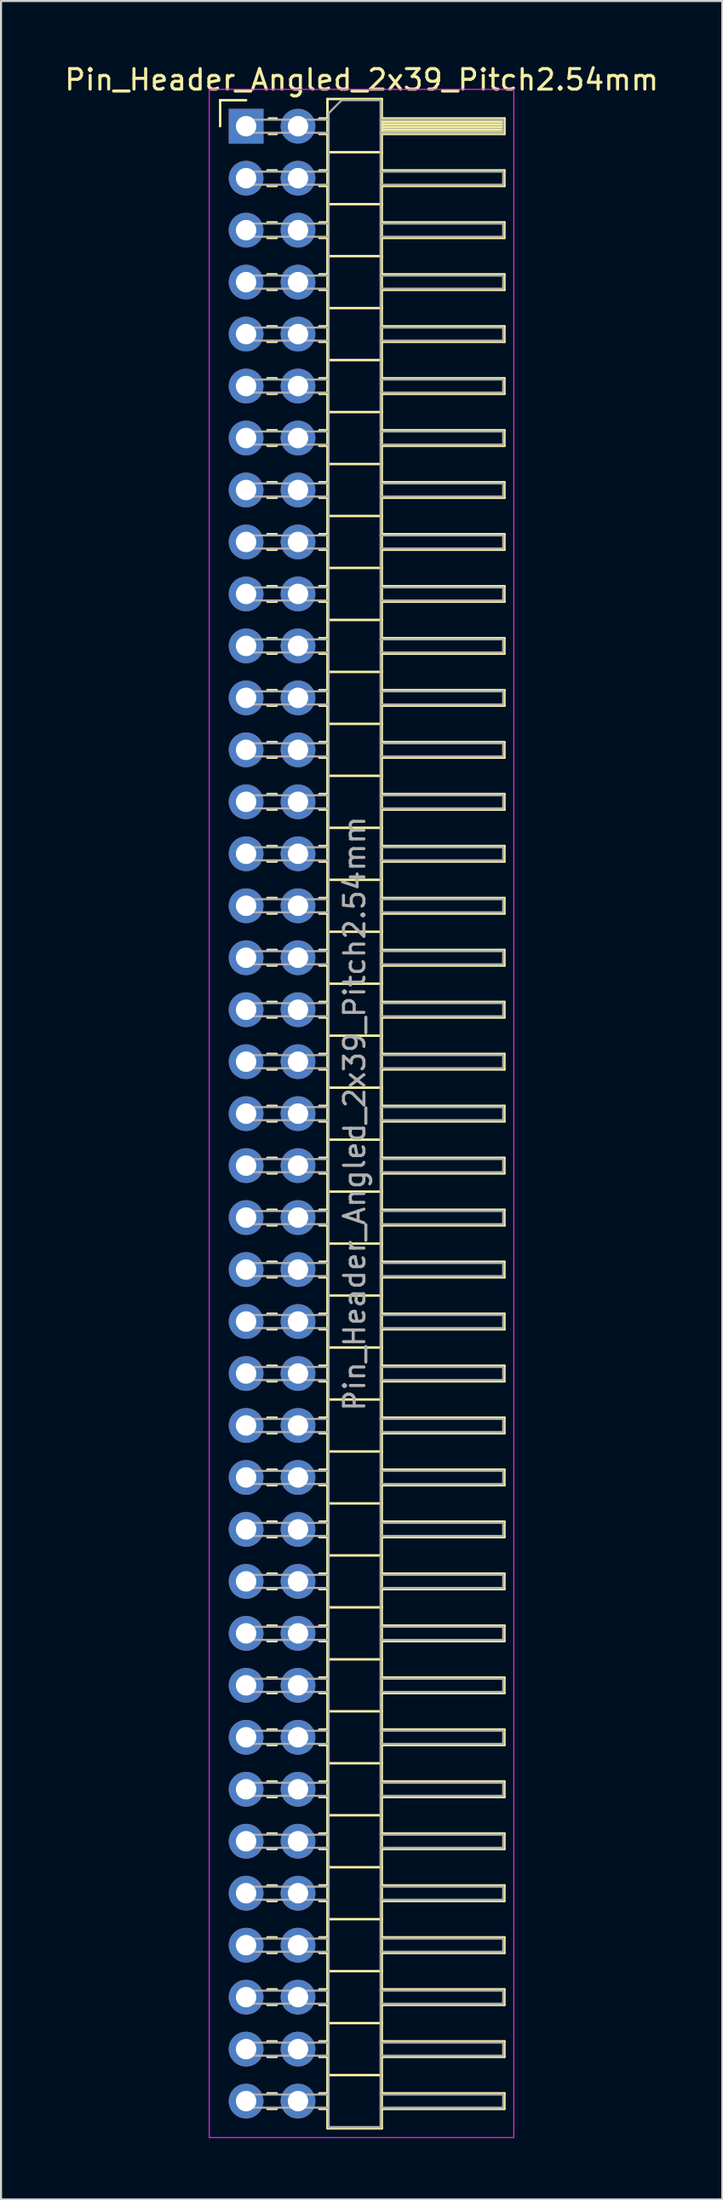
<source format=kicad_pcb>
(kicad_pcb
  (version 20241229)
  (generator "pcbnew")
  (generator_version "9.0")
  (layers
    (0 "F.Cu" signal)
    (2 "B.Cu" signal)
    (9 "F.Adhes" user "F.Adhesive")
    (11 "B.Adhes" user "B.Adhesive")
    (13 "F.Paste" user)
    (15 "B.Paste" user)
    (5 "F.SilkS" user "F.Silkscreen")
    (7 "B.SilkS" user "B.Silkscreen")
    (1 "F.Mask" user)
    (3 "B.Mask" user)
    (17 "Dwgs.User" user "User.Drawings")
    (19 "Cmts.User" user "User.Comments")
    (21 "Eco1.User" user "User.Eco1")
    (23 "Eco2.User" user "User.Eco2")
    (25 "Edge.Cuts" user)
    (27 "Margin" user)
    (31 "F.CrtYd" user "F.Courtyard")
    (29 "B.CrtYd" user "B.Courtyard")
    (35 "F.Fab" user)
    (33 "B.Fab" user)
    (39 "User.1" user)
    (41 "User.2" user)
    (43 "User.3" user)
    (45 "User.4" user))
  (footprint "Pin_Header_Angled_2x39_Pitch2.54mm"
    (layer "F.Cu")
    (at 8.994 3.118)
    (property "Reference" "Pin_Header_Angled_2x39_Pitch2.54mm" (at 5.655 -2.27 0) (layer "F.SilkS") (effects (font (size 1 1) (thickness 0.15))))
    (attr through_hole)
    (fp_line (start -1.27 -1.27) (end 0 -1.27) (stroke (width 0.12) (type solid)) (layer "F.SilkS"))
    (fp_line (start -1.27 0) (end -1.27 -1.27) (stroke (width 0.12) (type solid)) (layer "F.SilkS"))
    (fp_line (start 1.043 2.16) (end 1.497 2.16) (stroke (width 0.12) (type solid)) (layer "F.SilkS"))
    (fp_line (start 1.043 2.92) (end 1.497 2.92) (stroke (width 0.12) (type solid)) (layer "F.SilkS"))
    (fp_line (start 1.043 4.7) (end 1.497 4.7) (stroke (width 0.12) (type solid)) (layer "F.SilkS"))
    (fp_line (start 1.043 5.46) (end 1.497 5.46) (stroke (width 0.12) (type solid)) (layer "F.SilkS"))
    (fp_line (start 1.043 7.24) (end 1.497 7.24) (stroke (width 0.12) (type solid)) (layer "F.SilkS"))
    (fp_line (start 1.043 8) (end 1.497 8) (stroke (width 0.12) (type solid)) (layer "F.SilkS"))
    (fp_line (start 1.043 9.78) (end 1.497 9.78) (stroke (width 0.12) (type solid)) (layer "F.SilkS"))
    (fp_line (start 1.043 10.54) (end 1.497 10.54) (stroke (width 0.12) (type solid)) (layer "F.SilkS"))
    (fp_line (start 1.043 12.32) (end 1.497 12.32) (stroke (width 0.12) (type solid)) (layer "F.SilkS"))
    (fp_line (start 1.043 13.08) (end 1.497 13.08) (stroke (width 0.12) (type solid)) (layer "F.SilkS"))
    (fp_line (start 1.043 14.86) (end 1.497 14.86) (stroke (width 0.12) (type solid)) (layer "F.SilkS"))
    (fp_line (start 1.043 15.62) (end 1.497 15.62) (stroke (width 0.12) (type solid)) (layer "F.SilkS"))
    (fp_line (start 1.043 17.4) (end 1.497 17.4) (stroke (width 0.12) (type solid)) (layer "F.SilkS"))
    (fp_line (start 1.043 18.16) (end 1.497 18.16) (stroke (width 0.12) (type solid)) (layer "F.SilkS"))
    (fp_line (start 1.043 19.94) (end 1.497 19.94) (stroke (width 0.12) (type solid)) (layer "F.SilkS"))
    (fp_line (start 1.043 20.7) (end 1.497 20.7) (stroke (width 0.12) (type solid)) (layer "F.SilkS"))
    (fp_line (start 1.043 22.48) (end 1.497 22.48) (stroke (width 0.12) (type solid)) (layer "F.SilkS"))
    (fp_line (start 1.043 23.24) (end 1.497 23.24) (stroke (width 0.12) (type solid)) (layer "F.SilkS"))
    (fp_line (start 1.043 25.02) (end 1.497 25.02) (stroke (width 0.12) (type solid)) (layer "F.SilkS"))
    (fp_line (start 1.043 25.78) (end 1.497 25.78) (stroke (width 0.12) (type solid)) (layer "F.SilkS"))
    (fp_line (start 1.043 27.56) (end 1.497 27.56) (stroke (width 0.12) (type solid)) (layer "F.SilkS"))
    (fp_line (start 1.043 28.32) (end 1.497 28.32) (stroke (width 0.12) (type solid)) (layer "F.SilkS"))
    (fp_line (start 1.043 30.1) (end 1.497 30.1) (stroke (width 0.12) (type solid)) (layer "F.SilkS"))
    (fp_line (start 1.043 30.86) (end 1.497 30.86) (stroke (width 0.12) (type solid)) (layer "F.SilkS"))
    (fp_line (start 1.043 32.64) (end 1.497 32.64) (stroke (width 0.12) (type solid)) (layer "F.SilkS"))
    (fp_line (start 1.043 33.4) (end 1.497 33.4) (stroke (width 0.12) (type solid)) (layer "F.SilkS"))
    (fp_line (start 1.043 35.18) (end 1.497 35.18) (stroke (width 0.12) (type solid)) (layer "F.SilkS"))
    (fp_line (start 1.043 35.94) (end 1.497 35.94) (stroke (width 0.12) (type solid)) (layer "F.SilkS"))
    (fp_line (start 1.043 37.72) (end 1.497 37.72) (stroke (width 0.12) (type solid)) (layer "F.SilkS"))
    (fp_line (start 1.043 38.48) (end 1.497 38.48) (stroke (width 0.12) (type solid)) (layer "F.SilkS"))
    (fp_line (start 1.043 40.26) (end 1.497 40.26) (stroke (width 0.12) (type solid)) (layer "F.SilkS"))
    (fp_line (start 1.043 41.02) (end 1.497 41.02) (stroke (width 0.12) (type solid)) (layer "F.SilkS"))
    (fp_line (start 1.043 42.8) (end 1.497 42.8) (stroke (width 0.12) (type solid)) (layer "F.SilkS"))
    (fp_line (start 1.043 43.56) (end 1.497 43.56) (stroke (width 0.12) (type solid)) (layer "F.SilkS"))
    (fp_line (start 1.043 45.34) (end 1.497 45.34) (stroke (width 0.12) (type solid)) (layer "F.SilkS"))
    (fp_line (start 1.043 46.1) (end 1.497 46.1) (stroke (width 0.12) (type solid)) (layer "F.SilkS"))
    (fp_line (start 1.043 47.88) (end 1.497 47.88) (stroke (width 0.12) (type solid)) (layer "F.SilkS"))
    (fp_line (start 1.043 48.64) (end 1.497 48.64) (stroke (width 0.12) (type solid)) (layer "F.SilkS"))
    (fp_line (start 1.043 50.42) (end 1.497 50.42) (stroke (width 0.12) (type solid)) (layer "F.SilkS"))
    (fp_line (start 1.043 51.18) (end 1.497 51.18) (stroke (width 0.12) (type solid)) (layer "F.SilkS"))
    (fp_line (start 1.043 52.96) (end 1.497 52.96) (stroke (width 0.12) (type solid)) (layer "F.SilkS"))
    (fp_line (start 1.043 53.72) (end 1.497 53.72) (stroke (width 0.12) (type solid)) (layer "F.SilkS"))
    (fp_line (start 1.043 55.5) (end 1.497 55.5) (stroke (width 0.12) (type solid)) (layer "F.SilkS"))
    (fp_line (start 1.043 56.26) (end 1.497 56.26) (stroke (width 0.12) (type solid)) (layer "F.SilkS"))
    (fp_line (start 1.043 58.04) (end 1.497 58.04) (stroke (width 0.12) (type solid)) (layer "F.SilkS"))
    (fp_line (start 1.043 58.8) (end 1.497 58.8) (stroke (width 0.12) (type solid)) (layer "F.SilkS"))
    (fp_line (start 1.043 60.58) (end 1.497 60.58) (stroke (width 0.12) (type solid)) (layer "F.SilkS"))
    (fp_line (start 1.043 61.34) (end 1.497 61.34) (stroke (width 0.12) (type solid)) (layer "F.SilkS"))
    (fp_line (start 1.043 63.12) (end 1.497 63.12) (stroke (width 0.12) (type solid)) (layer "F.SilkS"))
    (fp_line (start 1.043 63.88) (end 1.497 63.88) (stroke (width 0.12) (type solid)) (layer "F.SilkS"))
    (fp_line (start 1.043 65.66) (end 1.497 65.66) (stroke (width 0.12) (type solid)) (layer "F.SilkS"))
    (fp_line (start 1.043 66.42) (end 1.497 66.42) (stroke (width 0.12) (type solid)) (layer "F.SilkS"))
    (fp_line (start 1.043 68.2) (end 1.497 68.2) (stroke (width 0.12) (type solid)) (layer "F.SilkS"))
    (fp_line (start 1.043 68.96) (end 1.497 68.96) (stroke (width 0.12) (type solid)) (layer "F.SilkS"))
    (fp_line (start 1.043 70.74) (end 1.497 70.74) (stroke (width 0.12) (type solid)) (layer "F.SilkS"))
    (fp_line (start 1.043 71.5) (end 1.497 71.5) (stroke (width 0.12) (type solid)) (layer "F.SilkS"))
    (fp_line (start 1.043 73.28) (end 1.497 73.28) (stroke (width 0.12) (type solid)) (layer "F.SilkS"))
    (fp_line (start 1.043 74.04) (end 1.497 74.04) (stroke (width 0.12) (type solid)) (layer "F.SilkS"))
    (fp_line (start 1.043 75.82) (end 1.497 75.82) (stroke (width 0.12) (type solid)) (layer "F.SilkS"))
    (fp_line (start 1.043 76.58) (end 1.497 76.58) (stroke (width 0.12) (type solid)) (layer "F.SilkS"))
    (fp_line (start 1.043 78.36) (end 1.497 78.36) (stroke (width 0.12) (type solid)) (layer "F.SilkS"))
    (fp_line (start 1.043 79.12) (end 1.497 79.12) (stroke (width 0.12) (type solid)) (layer "F.SilkS"))
    (fp_line (start 1.043 80.9) (end 1.497 80.9) (stroke (width 0.12) (type solid)) (layer "F.SilkS"))
    (fp_line (start 1.043 81.66) (end 1.497 81.66) (stroke (width 0.12) (type solid)) (layer "F.SilkS"))
    (fp_line (start 1.043 83.44) (end 1.497 83.44) (stroke (width 0.12) (type solid)) (layer "F.SilkS"))
    (fp_line (start 1.043 84.2) (end 1.497 84.2) (stroke (width 0.12) (type solid)) (layer "F.SilkS"))
    (fp_line (start 1.043 85.98) (end 1.497 85.98) (stroke (width 0.12) (type solid)) (layer "F.SilkS"))
    (fp_line (start 1.043 86.74) (end 1.497 86.74) (stroke (width 0.12) (type solid)) (layer "F.SilkS"))
    (fp_line (start 1.043 88.52) (end 1.497 88.52) (stroke (width 0.12) (type solid)) (layer "F.SilkS"))
    (fp_line (start 1.043 89.28) (end 1.497 89.28) (stroke (width 0.12) (type solid)) (layer "F.SilkS"))
    (fp_line (start 1.043 91.06) (end 1.497 91.06) (stroke (width 0.12) (type solid)) (layer "F.SilkS"))
    (fp_line (start 1.043 91.82) (end 1.497 91.82) (stroke (width 0.12) (type solid)) (layer "F.SilkS"))
    (fp_line (start 1.043 93.6) (end 1.497 93.6) (stroke (width 0.12) (type solid)) (layer "F.SilkS"))
    (fp_line (start 1.043 94.36) (end 1.497 94.36) (stroke (width 0.12) (type solid)) (layer "F.SilkS"))
    (fp_line (start 1.043 96.14) (end 1.497 96.14) (stroke (width 0.12) (type solid)) (layer "F.SilkS"))
    (fp_line (start 1.043 96.9) (end 1.497 96.9) (stroke (width 0.12) (type solid)) (layer "F.SilkS"))
    (fp_line (start 1.11 -0.38) (end 1.497 -0.38) (stroke (width 0.12) (type solid)) (layer "F.SilkS"))
    (fp_line (start 1.11 0.38) (end 1.497 0.38) (stroke (width 0.12) (type solid)) (layer "F.SilkS"))
    (fp_line (start 3.583 -0.38) (end 3.98 -0.38) (stroke (width 0.12) (type solid)) (layer "F.SilkS"))
    (fp_line (start 3.583 0.38) (end 3.98 0.38) (stroke (width 0.12) (type solid)) (layer "F.SilkS"))
    (fp_line (start 3.583 2.16) (end 3.98 2.16) (stroke (width 0.12) (type solid)) (layer "F.SilkS"))
    (fp_line (start 3.583 2.92) (end 3.98 2.92) (stroke (width 0.12) (type solid)) (layer "F.SilkS"))
    (fp_line (start 3.583 4.7) (end 3.98 4.7) (stroke (width 0.12) (type solid)) (layer "F.SilkS"))
    (fp_line (start 3.583 5.46) (end 3.98 5.46) (stroke (width 0.12) (type solid)) (layer "F.SilkS"))
    (fp_line (start 3.583 7.24) (end 3.98 7.24) (stroke (width 0.12) (type solid)) (layer "F.SilkS"))
    (fp_line (start 3.583 8) (end 3.98 8) (stroke (width 0.12) (type solid)) (layer "F.SilkS"))
    (fp_line (start 3.583 9.78) (end 3.98 9.78) (stroke (width 0.12) (type solid)) (layer "F.SilkS"))
    (fp_line (start 3.583 10.54) (end 3.98 10.54) (stroke (width 0.12) (type solid)) (layer "F.SilkS"))
    (fp_line (start 3.583 12.32) (end 3.98 12.32) (stroke (width 0.12) (type solid)) (layer "F.SilkS"))
    (fp_line (start 3.583 13.08) (end 3.98 13.08) (stroke (width 0.12) (type solid)) (layer "F.SilkS"))
    (fp_line (start 3.583 14.86) (end 3.98 14.86) (stroke (width 0.12) (type solid)) (layer "F.SilkS"))
    (fp_line (start 3.583 15.62) (end 3.98 15.62) (stroke (width 0.12) (type solid)) (layer "F.SilkS"))
    (fp_line (start 3.583 17.4) (end 3.98 17.4) (stroke (width 0.12) (type solid)) (layer "F.SilkS"))
    (fp_line (start 3.583 18.16) (end 3.98 18.16) (stroke (width 0.12) (type solid)) (layer "F.SilkS"))
    (fp_line (start 3.583 19.94) (end 3.98 19.94) (stroke (width 0.12) (type solid)) (layer "F.SilkS"))
    (fp_line (start 3.583 20.7) (end 3.98 20.7) (stroke (width 0.12) (type solid)) (layer "F.SilkS"))
    (fp_line (start 3.583 22.48) (end 3.98 22.48) (stroke (width 0.12) (type solid)) (layer "F.SilkS"))
    (fp_line (start 3.583 23.24) (end 3.98 23.24) (stroke (width 0.12) (type solid)) (layer "F.SilkS"))
    (fp_line (start 3.583 25.02) (end 3.98 25.02) (stroke (width 0.12) (type solid)) (layer "F.SilkS"))
    (fp_line (start 3.583 25.78) (end 3.98 25.78) (stroke (width 0.12) (type solid)) (layer "F.SilkS"))
    (fp_line (start 3.583 27.56) (end 3.98 27.56) (stroke (width 0.12) (type solid)) (layer "F.SilkS"))
    (fp_line (start 3.583 28.32) (end 3.98 28.32) (stroke (width 0.12) (type solid)) (layer "F.SilkS"))
    (fp_line (start 3.583 30.1) (end 3.98 30.1) (stroke (width 0.12) (type solid)) (layer "F.SilkS"))
    (fp_line (start 3.583 30.86) (end 3.98 30.86) (stroke (width 0.12) (type solid)) (layer "F.SilkS"))
    (fp_line (start 3.583 32.64) (end 3.98 32.64) (stroke (width 0.12) (type solid)) (layer "F.SilkS"))
    (fp_line (start 3.583 33.4) (end 3.98 33.4) (stroke (width 0.12) (type solid)) (layer "F.SilkS"))
    (fp_line (start 3.583 35.18) (end 3.98 35.18) (stroke (width 0.12) (type solid)) (layer "F.SilkS"))
    (fp_line (start 3.583 35.94) (end 3.98 35.94) (stroke (width 0.12) (type solid)) (layer "F.SilkS"))
    (fp_line (start 3.583 37.72) (end 3.98 37.72) (stroke (width 0.12) (type solid)) (layer "F.SilkS"))
    (fp_line (start 3.583 38.48) (end 3.98 38.48) (stroke (width 0.12) (type solid)) (layer "F.SilkS"))
    (fp_line (start 3.583 40.26) (end 3.98 40.26) (stroke (width 0.12) (type solid)) (layer "F.SilkS"))
    (fp_line (start 3.583 41.02) (end 3.98 41.02) (stroke (width 0.12) (type solid)) (layer "F.SilkS"))
    (fp_line (start 3.583 42.8) (end 3.98 42.8) (stroke (width 0.12) (type solid)) (layer "F.SilkS"))
    (fp_line (start 3.583 43.56) (end 3.98 43.56) (stroke (width 0.12) (type solid)) (layer "F.SilkS"))
    (fp_line (start 3.583 45.34) (end 3.98 45.34) (stroke (width 0.12) (type solid)) (layer "F.SilkS"))
    (fp_line (start 3.583 46.1) (end 3.98 46.1) (stroke (width 0.12) (type solid)) (layer "F.SilkS"))
    (fp_line (start 3.583 47.88) (end 3.98 47.88) (stroke (width 0.12) (type solid)) (layer "F.SilkS"))
    (fp_line (start 3.583 48.64) (end 3.98 48.64) (stroke (width 0.12) (type solid)) (layer "F.SilkS"))
    (fp_line (start 3.583 50.42) (end 3.98 50.42) (stroke (width 0.12) (type solid)) (layer "F.SilkS"))
    (fp_line (start 3.583 51.18) (end 3.98 51.18) (stroke (width 0.12) (type solid)) (layer "F.SilkS"))
    (fp_line (start 3.583 52.96) (end 3.98 52.96) (stroke (width 0.12) (type solid)) (layer "F.SilkS"))
    (fp_line (start 3.583 53.72) (end 3.98 53.72) (stroke (width 0.12) (type solid)) (layer "F.SilkS"))
    (fp_line (start 3.583 55.5) (end 3.98 55.5) (stroke (width 0.12) (type solid)) (layer "F.SilkS"))
    (fp_line (start 3.583 56.26) (end 3.98 56.26) (stroke (width 0.12) (type solid)) (layer "F.SilkS"))
    (fp_line (start 3.583 58.04) (end 3.98 58.04) (stroke (width 0.12) (type solid)) (layer "F.SilkS"))
    (fp_line (start 3.583 58.8) (end 3.98 58.8) (stroke (width 0.12) (type solid)) (layer "F.SilkS"))
    (fp_line (start 3.583 60.58) (end 3.98 60.58) (stroke (width 0.12) (type solid)) (layer "F.SilkS"))
    (fp_line (start 3.583 61.34) (end 3.98 61.34) (stroke (width 0.12) (type solid)) (layer "F.SilkS"))
    (fp_line (start 3.583 63.12) (end 3.98 63.12) (stroke (width 0.12) (type solid)) (layer "F.SilkS"))
    (fp_line (start 3.583 63.88) (end 3.98 63.88) (stroke (width 0.12) (type solid)) (layer "F.SilkS"))
    (fp_line (start 3.583 65.66) (end 3.98 65.66) (stroke (width 0.12) (type solid)) (layer "F.SilkS"))
    (fp_line (start 3.583 66.42) (end 3.98 66.42) (stroke (width 0.12) (type solid)) (layer "F.SilkS"))
    (fp_line (start 3.583 68.2) (end 3.98 68.2) (stroke (width 0.12) (type solid)) (layer "F.SilkS"))
    (fp_line (start 3.583 68.96) (end 3.98 68.96) (stroke (width 0.12) (type solid)) (layer "F.SilkS"))
    (fp_line (start 3.583 70.74) (end 3.98 70.74) (stroke (width 0.12) (type solid)) (layer "F.SilkS"))
    (fp_line (start 3.583 71.5) (end 3.98 71.5) (stroke (width 0.12) (type solid)) (layer "F.SilkS"))
    (fp_line (start 3.583 73.28) (end 3.98 73.28) (stroke (width 0.12) (type solid)) (layer "F.SilkS"))
    (fp_line (start 3.583 74.04) (end 3.98 74.04) (stroke (width 0.12) (type solid)) (layer "F.SilkS"))
    (fp_line (start 3.583 75.82) (end 3.98 75.82) (stroke (width 0.12) (type solid)) (layer "F.SilkS"))
    (fp_line (start 3.583 76.58) (end 3.98 76.58) (stroke (width 0.12) (type solid)) (layer "F.SilkS"))
    (fp_line (start 3.583 78.36) (end 3.98 78.36) (stroke (width 0.12) (type solid)) (layer "F.SilkS"))
    (fp_line (start 3.583 79.12) (end 3.98 79.12) (stroke (width 0.12) (type solid)) (layer "F.SilkS"))
    (fp_line (start 3.583 80.9) (end 3.98 80.9) (stroke (width 0.12) (type solid)) (layer "F.SilkS"))
    (fp_line (start 3.583 81.66) (end 3.98 81.66) (stroke (width 0.12) (type solid)) (layer "F.SilkS"))
    (fp_line (start 3.583 83.44) (end 3.98 83.44) (stroke (width 0.12) (type solid)) (layer "F.SilkS"))
    (fp_line (start 3.583 84.2) (end 3.98 84.2) (stroke (width 0.12) (type solid)) (layer "F.SilkS"))
    (fp_line (start 3.583 85.98) (end 3.98 85.98) (stroke (width 0.12) (type solid)) (layer "F.SilkS"))
    (fp_line (start 3.583 86.74) (end 3.98 86.74) (stroke (width 0.12) (type solid)) (layer "F.SilkS"))
    (fp_line (start 3.583 88.52) (end 3.98 88.52) (stroke (width 0.12) (type solid)) (layer "F.SilkS"))
    (fp_line (start 3.583 89.28) (end 3.98 89.28) (stroke (width 0.12) (type solid)) (layer "F.SilkS"))
    (fp_line (start 3.583 91.06) (end 3.98 91.06) (stroke (width 0.12) (type solid)) (layer "F.SilkS"))
    (fp_line (start 3.583 91.82) (end 3.98 91.82) (stroke (width 0.12) (type solid)) (layer "F.SilkS"))
    (fp_line (start 3.583 93.6) (end 3.98 93.6) (stroke (width 0.12) (type solid)) (layer "F.SilkS"))
    (fp_line (start 3.583 94.36) (end 3.98 94.36) (stroke (width 0.12) (type solid)) (layer "F.SilkS"))
    (fp_line (start 3.583 96.14) (end 3.98 96.14) (stroke (width 0.12) (type solid)) (layer "F.SilkS"))
    (fp_line (start 3.583 96.9) (end 3.98 96.9) (stroke (width 0.12) (type solid)) (layer "F.SilkS"))
    (fp_line (start 3.98 -1.33) (end 3.98 97.85) (stroke (width 0.12) (type solid)) (layer "F.SilkS"))
    (fp_line (start 3.98 1.27) (end 6.64 1.27) (stroke (width 0.12) (type solid)) (layer "F.SilkS"))
    (fp_line (start 3.98 3.81) (end 6.64 3.81) (stroke (width 0.12) (type solid)) (layer "F.SilkS"))
    (fp_line (start 3.98 6.35) (end 6.64 6.35) (stroke (width 0.12) (type solid)) (layer "F.SilkS"))
    (fp_line (start 3.98 8.89) (end 6.64 8.89) (stroke (width 0.12) (type solid)) (layer "F.SilkS"))
    (fp_line (start 3.98 11.43) (end 6.64 11.43) (stroke (width 0.12) (type solid)) (layer "F.SilkS"))
    (fp_line (start 3.98 13.97) (end 6.64 13.97) (stroke (width 0.12) (type solid)) (layer "F.SilkS"))
    (fp_line (start 3.98 16.51) (end 6.64 16.51) (stroke (width 0.12) (type solid)) (layer "F.SilkS"))
    (fp_line (start 3.98 19.05) (end 6.64 19.05) (stroke (width 0.12) (type solid)) (layer "F.SilkS"))
    (fp_line (start 3.98 21.59) (end 6.64 21.59) (stroke (width 0.12) (type solid)) (layer "F.SilkS"))
    (fp_line (start 3.98 24.13) (end 6.64 24.13) (stroke (width 0.12) (type solid)) (layer "F.SilkS"))
    (fp_line (start 3.98 26.67) (end 6.64 26.67) (stroke (width 0.12) (type solid)) (layer "F.SilkS"))
    (fp_line (start 3.98 29.21) (end 6.64 29.21) (stroke (width 0.12) (type solid)) (layer "F.SilkS"))
    (fp_line (start 3.98 31.75) (end 6.64 31.75) (stroke (width 0.12) (type solid)) (layer "F.SilkS"))
    (fp_line (start 3.98 34.29) (end 6.64 34.29) (stroke (width 0.12) (type solid)) (layer "F.SilkS"))
    (fp_line (start 3.98 36.83) (end 6.64 36.83) (stroke (width 0.12) (type solid)) (layer "F.SilkS"))
    (fp_line (start 3.98 39.37) (end 6.64 39.37) (stroke (width 0.12) (type solid)) (layer "F.SilkS"))
    (fp_line (start 3.98 41.91) (end 6.64 41.91) (stroke (width 0.12) (type solid)) (layer "F.SilkS"))
    (fp_line (start 3.98 44.45) (end 6.64 44.45) (stroke (width 0.12) (type solid)) (layer "F.SilkS"))
    (fp_line (start 3.98 46.99) (end 6.64 46.99) (stroke (width 0.12) (type solid)) (layer "F.SilkS"))
    (fp_line (start 3.98 49.53) (end 6.64 49.53) (stroke (width 0.12) (type solid)) (layer "F.SilkS"))
    (fp_line (start 3.98 52.07) (end 6.64 52.07) (stroke (width 0.12) (type solid)) (layer "F.SilkS"))
    (fp_line (start 3.98 54.61) (end 6.64 54.61) (stroke (width 0.12) (type solid)) (layer "F.SilkS"))
    (fp_line (start 3.98 57.15) (end 6.64 57.15) (stroke (width 0.12) (type solid)) (layer "F.SilkS"))
    (fp_line (start 3.98 59.69) (end 6.64 59.69) (stroke (width 0.12) (type solid)) (layer "F.SilkS"))
    (fp_line (start 3.98 62.23) (end 6.64 62.23) (stroke (width 0.12) (type solid)) (layer "F.SilkS"))
    (fp_line (start 3.98 64.77) (end 6.64 64.77) (stroke (width 0.12) (type solid)) (layer "F.SilkS"))
    (fp_line (start 3.98 67.31) (end 6.64 67.31) (stroke (width 0.12) (type solid)) (layer "F.SilkS"))
    (fp_line (start 3.98 69.85) (end 6.64 69.85) (stroke (width 0.12) (type solid)) (layer "F.SilkS"))
    (fp_line (start 3.98 72.39) (end 6.64 72.39) (stroke (width 0.12) (type solid)) (layer "F.SilkS"))
    (fp_line (start 3.98 74.93) (end 6.64 74.93) (stroke (width 0.12) (type solid)) (layer "F.SilkS"))
    (fp_line (start 3.98 77.47) (end 6.64 77.47) (stroke (width 0.12) (type solid)) (layer "F.SilkS"))
    (fp_line (start 3.98 80.01) (end 6.64 80.01) (stroke (width 0.12) (type solid)) (layer "F.SilkS"))
    (fp_line (start 3.98 82.55) (end 6.64 82.55) (stroke (width 0.12) (type solid)) (layer "F.SilkS"))
    (fp_line (start 3.98 85.09) (end 6.64 85.09) (stroke (width 0.12) (type solid)) (layer "F.SilkS"))
    (fp_line (start 3.98 87.63) (end 6.64 87.63) (stroke (width 0.12) (type solid)) (layer "F.SilkS"))
    (fp_line (start 3.98 90.17) (end 6.64 90.17) (stroke (width 0.12) (type solid)) (layer "F.SilkS"))
    (fp_line (start 3.98 92.71) (end 6.64 92.71) (stroke (width 0.12) (type solid)) (layer "F.SilkS"))
    (fp_line (start 3.98 95.25) (end 6.64 95.25) (stroke (width 0.12) (type solid)) (layer "F.SilkS"))
    (fp_line (start 3.98 97.85) (end 6.64 97.85) (stroke (width 0.12) (type solid)) (layer "F.SilkS"))
    (fp_line (start 6.64 -1.33) (end 3.98 -1.33) (stroke (width 0.12) (type solid)) (layer "F.SilkS"))
    (fp_line (start 6.64 -0.38) (end 12.64 -0.38) (stroke (width 0.12) (type solid)) (layer "F.SilkS"))
    (fp_line (start 6.64 -0.32) (end 12.64 -0.32) (stroke (width 0.12) (type solid)) (layer "F.SilkS"))
    (fp_line (start 6.64 -0.2) (end 12.64 -0.2) (stroke (width 0.12) (type solid)) (layer "F.SilkS"))
    (fp_line (start 6.64 -0.08) (end 12.64 -0.08) (stroke (width 0.12) (type solid)) (layer "F.SilkS"))
    (fp_line (start 6.64 0.04) (end 12.64 0.04) (stroke (width 0.12) (type solid)) (layer "F.SilkS"))
    (fp_line (start 6.64 0.16) (end 12.64 0.16) (stroke (width 0.12) (type solid)) (layer "F.SilkS"))
    (fp_line (start 6.64 0.28) (end 12.64 0.28) (stroke (width 0.12) (type solid)) (layer "F.SilkS"))
    (fp_line (start 6.64 2.16) (end 12.64 2.16) (stroke (width 0.12) (type solid)) (layer "F.SilkS"))
    (fp_line (start 6.64 4.7) (end 12.64 4.7) (stroke (width 0.12) (type solid)) (layer "F.SilkS"))
    (fp_line (start 6.64 7.24) (end 12.64 7.24) (stroke (width 0.12) (type solid)) (layer "F.SilkS"))
    (fp_line (start 6.64 9.78) (end 12.64 9.78) (stroke (width 0.12) (type solid)) (layer "F.SilkS"))
    (fp_line (start 6.64 12.32) (end 12.64 12.32) (stroke (width 0.12) (type solid)) (layer "F.SilkS"))
    (fp_line (start 6.64 14.86) (end 12.64 14.86) (stroke (width 0.12) (type solid)) (layer "F.SilkS"))
    (fp_line (start 6.64 17.4) (end 12.64 17.4) (stroke (width 0.12) (type solid)) (layer "F.SilkS"))
    (fp_line (start 6.64 19.94) (end 12.64 19.94) (stroke (width 0.12) (type solid)) (layer "F.SilkS"))
    (fp_line (start 6.64 22.48) (end 12.64 22.48) (stroke (width 0.12) (type solid)) (layer "F.SilkS"))
    (fp_line (start 6.64 25.02) (end 12.64 25.02) (stroke (width 0.12) (type solid)) (layer "F.SilkS"))
    (fp_line (start 6.64 27.56) (end 12.64 27.56) (stroke (width 0.12) (type solid)) (layer "F.SilkS"))
    (fp_line (start 6.64 30.1) (end 12.64 30.1) (stroke (width 0.12) (type solid)) (layer "F.SilkS"))
    (fp_line (start 6.64 32.64) (end 12.64 32.64) (stroke (width 0.12) (type solid)) (layer "F.SilkS"))
    (fp_line (start 6.64 35.18) (end 12.64 35.18) (stroke (width 0.12) (type solid)) (layer "F.SilkS"))
    (fp_line (start 6.64 37.72) (end 12.64 37.72) (stroke (width 0.12) (type solid)) (layer "F.SilkS"))
    (fp_line (start 6.64 40.26) (end 12.64 40.26) (stroke (width 0.12) (type solid)) (layer "F.SilkS"))
    (fp_line (start 6.64 42.8) (end 12.64 42.8) (stroke (width 0.12) (type solid)) (layer "F.SilkS"))
    (fp_line (start 6.64 45.34) (end 12.64 45.34) (stroke (width 0.12) (type solid)) (layer "F.SilkS"))
    (fp_line (start 6.64 47.88) (end 12.64 47.88) (stroke (width 0.12) (type solid)) (layer "F.SilkS"))
    (fp_line (start 6.64 50.42) (end 12.64 50.42) (stroke (width 0.12) (type solid)) (layer "F.SilkS"))
    (fp_line (start 6.64 52.96) (end 12.64 52.96) (stroke (width 0.12) (type solid)) (layer "F.SilkS"))
    (fp_line (start 6.64 55.5) (end 12.64 55.5) (stroke (width 0.12) (type solid)) (layer "F.SilkS"))
    (fp_line (start 6.64 58.04) (end 12.64 58.04) (stroke (width 0.12) (type solid)) (layer "F.SilkS"))
    (fp_line (start 6.64 60.58) (end 12.64 60.58) (stroke (width 0.12) (type solid)) (layer "F.SilkS"))
    (fp_line (start 6.64 63.12) (end 12.64 63.12) (stroke (width 0.12) (type solid)) (layer "F.SilkS"))
    (fp_line (start 6.64 65.66) (end 12.64 65.66) (stroke (width 0.12) (type solid)) (layer "F.SilkS"))
    (fp_line (start 6.64 68.2) (end 12.64 68.2) (stroke (width 0.12) (type solid)) (layer "F.SilkS"))
    (fp_line (start 6.64 70.74) (end 12.64 70.74) (stroke (width 0.12) (type solid)) (layer "F.SilkS"))
    (fp_line (start 6.64 73.28) (end 12.64 73.28) (stroke (width 0.12) (type solid)) (layer "F.SilkS"))
    (fp_line (start 6.64 75.82) (end 12.64 75.82) (stroke (width 0.12) (type solid)) (layer "F.SilkS"))
    (fp_line (start 6.64 78.36) (end 12.64 78.36) (stroke (width 0.12) (type solid)) (layer "F.SilkS"))
    (fp_line (start 6.64 80.9) (end 12.64 80.9) (stroke (width 0.12) (type solid)) (layer "F.SilkS"))
    (fp_line (start 6.64 83.44) (end 12.64 83.44) (stroke (width 0.12) (type solid)) (layer "F.SilkS"))
    (fp_line (start 6.64 85.98) (end 12.64 85.98) (stroke (width 0.12) (type solid)) (layer "F.SilkS"))
    (fp_line (start 6.64 88.52) (end 12.64 88.52) (stroke (width 0.12) (type solid)) (layer "F.SilkS"))
    (fp_line (start 6.64 91.06) (end 12.64 91.06) (stroke (width 0.12) (type solid)) (layer "F.SilkS"))
    (fp_line (start 6.64 93.6) (end 12.64 93.6) (stroke (width 0.12) (type solid)) (layer "F.SilkS"))
    (fp_line (start 6.64 96.14) (end 12.64 96.14) (stroke (width 0.12) (type solid)) (layer "F.SilkS"))
    (fp_line (start 6.64 97.85) (end 6.64 -1.33) (stroke (width 0.12) (type solid)) (layer "F.SilkS"))
    (fp_line (start 12.64 -0.38) (end 12.64 0.38) (stroke (width 0.12) (type solid)) (layer "F.SilkS"))
    (fp_line (start 12.64 0.38) (end 6.64 0.38) (stroke (width 0.12) (type solid)) (layer "F.SilkS"))
    (fp_line (start 12.64 2.16) (end 12.64 2.92) (stroke (width 0.12) (type solid)) (layer "F.SilkS"))
    (fp_line (start 12.64 2.92) (end 6.64 2.92) (stroke (width 0.12) (type solid)) (layer "F.SilkS"))
    (fp_line (start 12.64 4.7) (end 12.64 5.46) (stroke (width 0.12) (type solid)) (layer "F.SilkS"))
    (fp_line (start 12.64 5.46) (end 6.64 5.46) (stroke (width 0.12) (type solid)) (layer "F.SilkS"))
    (fp_line (start 12.64 7.24) (end 12.64 8) (stroke (width 0.12) (type solid)) (layer "F.SilkS"))
    (fp_line (start 12.64 8) (end 6.64 8) (stroke (width 0.12) (type solid)) (layer "F.SilkS"))
    (fp_line (start 12.64 9.78) (end 12.64 10.54) (stroke (width 0.12) (type solid)) (layer "F.SilkS"))
    (fp_line (start 12.64 10.54) (end 6.64 10.54) (stroke (width 0.12) (type solid)) (layer "F.SilkS"))
    (fp_line (start 12.64 12.32) (end 12.64 13.08) (stroke (width 0.12) (type solid)) (layer "F.SilkS"))
    (fp_line (start 12.64 13.08) (end 6.64 13.08) (stroke (width 0.12) (type solid)) (layer "F.SilkS"))
    (fp_line (start 12.64 14.86) (end 12.64 15.62) (stroke (width 0.12) (type solid)) (layer "F.SilkS"))
    (fp_line (start 12.64 15.62) (end 6.64 15.62) (stroke (width 0.12) (type solid)) (layer "F.SilkS"))
    (fp_line (start 12.64 17.4) (end 12.64 18.16) (stroke (width 0.12) (type solid)) (layer "F.SilkS"))
    (fp_line (start 12.64 18.16) (end 6.64 18.16) (stroke (width 0.12) (type solid)) (layer "F.SilkS"))
    (fp_line (start 12.64 19.94) (end 12.64 20.7) (stroke (width 0.12) (type solid)) (layer "F.SilkS"))
    (fp_line (start 12.64 20.7) (end 6.64 20.7) (stroke (width 0.12) (type solid)) (layer "F.SilkS"))
    (fp_line (start 12.64 22.48) (end 12.64 23.24) (stroke (width 0.12) (type solid)) (layer "F.SilkS"))
    (fp_line (start 12.64 23.24) (end 6.64 23.24) (stroke (width 0.12) (type solid)) (layer "F.SilkS"))
    (fp_line (start 12.64 25.02) (end 12.64 25.78) (stroke (width 0.12) (type solid)) (layer "F.SilkS"))
    (fp_line (start 12.64 25.78) (end 6.64 25.78) (stroke (width 0.12) (type solid)) (layer "F.SilkS"))
    (fp_line (start 12.64 27.56) (end 12.64 28.32) (stroke (width 0.12) (type solid)) (layer "F.SilkS"))
    (fp_line (start 12.64 28.32) (end 6.64 28.32) (stroke (width 0.12) (type solid)) (layer "F.SilkS"))
    (fp_line (start 12.64 30.1) (end 12.64 30.86) (stroke (width 0.12) (type solid)) (layer "F.SilkS"))
    (fp_line (start 12.64 30.86) (end 6.64 30.86) (stroke (width 0.12) (type solid)) (layer "F.SilkS"))
    (fp_line (start 12.64 32.64) (end 12.64 33.4) (stroke (width 0.12) (type solid)) (layer "F.SilkS"))
    (fp_line (start 12.64 33.4) (end 6.64 33.4) (stroke (width 0.12) (type solid)) (layer "F.SilkS"))
    (fp_line (start 12.64 35.18) (end 12.64 35.94) (stroke (width 0.12) (type solid)) (layer "F.SilkS"))
    (fp_line (start 12.64 35.94) (end 6.64 35.94) (stroke (width 0.12) (type solid)) (layer "F.SilkS"))
    (fp_line (start 12.64 37.72) (end 12.64 38.48) (stroke (width 0.12) (type solid)) (layer "F.SilkS"))
    (fp_line (start 12.64 38.48) (end 6.64 38.48) (stroke (width 0.12) (type solid)) (layer "F.SilkS"))
    (fp_line (start 12.64 40.26) (end 12.64 41.02) (stroke (width 0.12) (type solid)) (layer "F.SilkS"))
    (fp_line (start 12.64 41.02) (end 6.64 41.02) (stroke (width 0.12) (type solid)) (layer "F.SilkS"))
    (fp_line (start 12.64 42.8) (end 12.64 43.56) (stroke (width 0.12) (type solid)) (layer "F.SilkS"))
    (fp_line (start 12.64 43.56) (end 6.64 43.56) (stroke (width 0.12) (type solid)) (layer "F.SilkS"))
    (fp_line (start 12.64 45.34) (end 12.64 46.1) (stroke (width 0.12) (type solid)) (layer "F.SilkS"))
    (fp_line (start 12.64 46.1) (end 6.64 46.1) (stroke (width 0.12) (type solid)) (layer "F.SilkS"))
    (fp_line (start 12.64 47.88) (end 12.64 48.64) (stroke (width 0.12) (type solid)) (layer "F.SilkS"))
    (fp_line (start 12.64 48.64) (end 6.64 48.64) (stroke (width 0.12) (type solid)) (layer "F.SilkS"))
    (fp_line (start 12.64 50.42) (end 12.64 51.18) (stroke (width 0.12) (type solid)) (layer "F.SilkS"))
    (fp_line (start 12.64 51.18) (end 6.64 51.18) (stroke (width 0.12) (type solid)) (layer "F.SilkS"))
    (fp_line (start 12.64 52.96) (end 12.64 53.72) (stroke (width 0.12) (type solid)) (layer "F.SilkS"))
    (fp_line (start 12.64 53.72) (end 6.64 53.72) (stroke (width 0.12) (type solid)) (layer "F.SilkS"))
    (fp_line (start 12.64 55.5) (end 12.64 56.26) (stroke (width 0.12) (type solid)) (layer "F.SilkS"))
    (fp_line (start 12.64 56.26) (end 6.64 56.26) (stroke (width 0.12) (type solid)) (layer "F.SilkS"))
    (fp_line (start 12.64 58.04) (end 12.64 58.8) (stroke (width 0.12) (type solid)) (layer "F.SilkS"))
    (fp_line (start 12.64 58.8) (end 6.64 58.8) (stroke (width 0.12) (type solid)) (layer "F.SilkS"))
    (fp_line (start 12.64 60.58) (end 12.64 61.34) (stroke (width 0.12) (type solid)) (layer "F.SilkS"))
    (fp_line (start 12.64 61.34) (end 6.64 61.34) (stroke (width 0.12) (type solid)) (layer "F.SilkS"))
    (fp_line (start 12.64 63.12) (end 12.64 63.88) (stroke (width 0.12) (type solid)) (layer "F.SilkS"))
    (fp_line (start 12.64 63.88) (end 6.64 63.88) (stroke (width 0.12) (type solid)) (layer "F.SilkS"))
    (fp_line (start 12.64 65.66) (end 12.64 66.42) (stroke (width 0.12) (type solid)) (layer "F.SilkS"))
    (fp_line (start 12.64 66.42) (end 6.64 66.42) (stroke (width 0.12) (type solid)) (layer "F.SilkS"))
    (fp_line (start 12.64 68.2) (end 12.64 68.96) (stroke (width 0.12) (type solid)) (layer "F.SilkS"))
    (fp_line (start 12.64 68.96) (end 6.64 68.96) (stroke (width 0.12) (type solid)) (layer "F.SilkS"))
    (fp_line (start 12.64 70.74) (end 12.64 71.5) (stroke (width 0.12) (type solid)) (layer "F.SilkS"))
    (fp_line (start 12.64 71.5) (end 6.64 71.5) (stroke (width 0.12) (type solid)) (layer "F.SilkS"))
    (fp_line (start 12.64 73.28) (end 12.64 74.04) (stroke (width 0.12) (type solid)) (layer "F.SilkS"))
    (fp_line (start 12.64 74.04) (end 6.64 74.04) (stroke (width 0.12) (type solid)) (layer "F.SilkS"))
    (fp_line (start 12.64 75.82) (end 12.64 76.58) (stroke (width 0.12) (type solid)) (layer "F.SilkS"))
    (fp_line (start 12.64 76.58) (end 6.64 76.58) (stroke (width 0.12) (type solid)) (layer "F.SilkS"))
    (fp_line (start 12.64 78.36) (end 12.64 79.12) (stroke (width 0.12) (type solid)) (layer "F.SilkS"))
    (fp_line (start 12.64 79.12) (end 6.64 79.12) (stroke (width 0.12) (type solid)) (layer "F.SilkS"))
    (fp_line (start 12.64 80.9) (end 12.64 81.66) (stroke (width 0.12) (type solid)) (layer "F.SilkS"))
    (fp_line (start 12.64 81.66) (end 6.64 81.66) (stroke (width 0.12) (type solid)) (layer "F.SilkS"))
    (fp_line (start 12.64 83.44) (end 12.64 84.2) (stroke (width 0.12) (type solid)) (layer "F.SilkS"))
    (fp_line (start 12.64 84.2) (end 6.64 84.2) (stroke (width 0.12) (type solid)) (layer "F.SilkS"))
    (fp_line (start 12.64 85.98) (end 12.64 86.74) (stroke (width 0.12) (type solid)) (layer "F.SilkS"))
    (fp_line (start 12.64 86.74) (end 6.64 86.74) (stroke (width 0.12) (type solid)) (layer "F.SilkS"))
    (fp_line (start 12.64 88.52) (end 12.64 89.28) (stroke (width 0.12) (type solid)) (layer "F.SilkS"))
    (fp_line (start 12.64 89.28) (end 6.64 89.28) (stroke (width 0.12) (type solid)) (layer "F.SilkS"))
    (fp_line (start 12.64 91.06) (end 12.64 91.82) (stroke (width 0.12) (type solid)) (layer "F.SilkS"))
    (fp_line (start 12.64 91.82) (end 6.64 91.82) (stroke (width 0.12) (type solid)) (layer "F.SilkS"))
    (fp_line (start 12.64 93.6) (end 12.64 94.36) (stroke (width 0.12) (type solid)) (layer "F.SilkS"))
    (fp_line (start 12.64 94.36) (end 6.64 94.36) (stroke (width 0.12) (type solid)) (layer "F.SilkS"))
    (fp_line (start 12.64 96.14) (end 12.64 96.9) (stroke (width 0.12) (type solid)) (layer "F.SilkS"))
    (fp_line (start 12.64 96.9) (end 6.64 96.9) (stroke (width 0.12) (type solid)) (layer "F.SilkS"))
    (fp_line (start -1.8 -1.8) (end -1.8 98.3) (stroke (width 0.05) (type solid)) (layer "F.CrtYd"))
    (fp_line (start -1.8 98.3) (end 13.1 98.3) (stroke (width 0.05) (type solid)) (layer "F.CrtYd"))
    (fp_line (start 13.1 -1.8) (end -1.8 -1.8) (stroke (width 0.05) (type solid)) (layer "F.CrtYd"))
    (fp_line (start 13.1 98.3) (end 13.1 -1.8) (stroke (width 0.05) (type solid)) (layer "F.CrtYd"))
    (fp_line (start -0.32 -0.32) (end -0.32 0.32) (stroke (width 0.1) (type solid)) (layer "F.Fab"))
    (fp_line (start -0.32 -0.32) (end 4.04 -0.32) (stroke (width 0.1) (type solid)) (layer "F.Fab"))
    (fp_line (start -0.32 0.32) (end 4.04 0.32) (stroke (width 0.1) (type solid)) (layer "F.Fab"))
    (fp_line (start -0.32 2.22) (end -0.32 2.86) (stroke (width 0.1) (type solid)) (layer "F.Fab"))
    (fp_line (start -0.32 2.22) (end 4.04 2.22) (stroke (width 0.1) (type solid)) (layer "F.Fab"))
    (fp_line (start -0.32 2.86) (end 4.04 2.86) (stroke (width 0.1) (type solid)) (layer "F.Fab"))
    (fp_line (start -0.32 4.76) (end -0.32 5.4) (stroke (width 0.1) (type solid)) (layer "F.Fab"))
    (fp_line (start -0.32 4.76) (end 4.04 4.76) (stroke (width 0.1) (type solid)) (layer "F.Fab"))
    (fp_line (start -0.32 5.4) (end 4.04 5.4) (stroke (width 0.1) (type solid)) (layer "F.Fab"))
    (fp_line (start -0.32 7.3) (end -0.32 7.94) (stroke (width 0.1) (type solid)) (layer "F.Fab"))
    (fp_line (start -0.32 7.3) (end 4.04 7.3) (stroke (width 0.1) (type solid)) (layer "F.Fab"))
    (fp_line (start -0.32 7.94) (end 4.04 7.94) (stroke (width 0.1) (type solid)) (layer "F.Fab"))
    (fp_line (start -0.32 9.84) (end -0.32 10.48) (stroke (width 0.1) (type solid)) (layer "F.Fab"))
    (fp_line (start -0.32 9.84) (end 4.04 9.84) (stroke (width 0.1) (type solid)) (layer "F.Fab"))
    (fp_line (start -0.32 10.48) (end 4.04 10.48) (stroke (width 0.1) (type solid)) (layer "F.Fab"))
    (fp_line (start -0.32 12.38) (end -0.32 13.02) (stroke (width 0.1) (type solid)) (layer "F.Fab"))
    (fp_line (start -0.32 12.38) (end 4.04 12.38) (stroke (width 0.1) (type solid)) (layer "F.Fab"))
    (fp_line (start -0.32 13.02) (end 4.04 13.02) (stroke (width 0.1) (type solid)) (layer "F.Fab"))
    (fp_line (start -0.32 14.92) (end -0.32 15.56) (stroke (width 0.1) (type solid)) (layer "F.Fab"))
    (fp_line (start -0.32 14.92) (end 4.04 14.92) (stroke (width 0.1) (type solid)) (layer "F.Fab"))
    (fp_line (start -0.32 15.56) (end 4.04 15.56) (stroke (width 0.1) (type solid)) (layer "F.Fab"))
    (fp_line (start -0.32 17.46) (end -0.32 18.1) (stroke (width 0.1) (type solid)) (layer "F.Fab"))
    (fp_line (start -0.32 17.46) (end 4.04 17.46) (stroke (width 0.1) (type solid)) (layer "F.Fab"))
    (fp_line (start -0.32 18.1) (end 4.04 18.1) (stroke (width 0.1) (type solid)) (layer "F.Fab"))
    (fp_line (start -0.32 20) (end -0.32 20.64) (stroke (width 0.1) (type solid)) (layer "F.Fab"))
    (fp_line (start -0.32 20) (end 4.04 20) (stroke (width 0.1) (type solid)) (layer "F.Fab"))
    (fp_line (start -0.32 20.64) (end 4.04 20.64) (stroke (width 0.1) (type solid)) (layer "F.Fab"))
    (fp_line (start -0.32 22.54) (end -0.32 23.18) (stroke (width 0.1) (type solid)) (layer "F.Fab"))
    (fp_line (start -0.32 22.54) (end 4.04 22.54) (stroke (width 0.1) (type solid)) (layer "F.Fab"))
    (fp_line (start -0.32 23.18) (end 4.04 23.18) (stroke (width 0.1) (type solid)) (layer "F.Fab"))
    (fp_line (start -0.32 25.08) (end -0.32 25.72) (stroke (width 0.1) (type solid)) (layer "F.Fab"))
    (fp_line (start -0.32 25.08) (end 4.04 25.08) (stroke (width 0.1) (type solid)) (layer "F.Fab"))
    (fp_line (start -0.32 25.72) (end 4.04 25.72) (stroke (width 0.1) (type solid)) (layer "F.Fab"))
    (fp_line (start -0.32 27.62) (end -0.32 28.26) (stroke (width 0.1) (type solid)) (layer "F.Fab"))
    (fp_line (start -0.32 27.62) (end 4.04 27.62) (stroke (width 0.1) (type solid)) (layer "F.Fab"))
    (fp_line (start -0.32 28.26) (end 4.04 28.26) (stroke (width 0.1) (type solid)) (layer "F.Fab"))
    (fp_line (start -0.32 30.16) (end -0.32 30.8) (stroke (width 0.1) (type solid)) (layer "F.Fab"))
    (fp_line (start -0.32 30.16) (end 4.04 30.16) (stroke (width 0.1) (type solid)) (layer "F.Fab"))
    (fp_line (start -0.32 30.8) (end 4.04 30.8) (stroke (width 0.1) (type solid)) (layer "F.Fab"))
    (fp_line (start -0.32 32.7) (end -0.32 33.34) (stroke (width 0.1) (type solid)) (layer "F.Fab"))
    (fp_line (start -0.32 32.7) (end 4.04 32.7) (stroke (width 0.1) (type solid)) (layer "F.Fab"))
    (fp_line (start -0.32 33.34) (end 4.04 33.34) (stroke (width 0.1) (type solid)) (layer "F.Fab"))
    (fp_line (start -0.32 35.24) (end -0.32 35.88) (stroke (width 0.1) (type solid)) (layer "F.Fab"))
    (fp_line (start -0.32 35.24) (end 4.04 35.24) (stroke (width 0.1) (type solid)) (layer "F.Fab"))
    (fp_line (start -0.32 35.88) (end 4.04 35.88) (stroke (width 0.1) (type solid)) (layer "F.Fab"))
    (fp_line (start -0.32 37.78) (end -0.32 38.42) (stroke (width 0.1) (type solid)) (layer "F.Fab"))
    (fp_line (start -0.32 37.78) (end 4.04 37.78) (stroke (width 0.1) (type solid)) (layer "F.Fab"))
    (fp_line (start -0.32 38.42) (end 4.04 38.42) (stroke (width 0.1) (type solid)) (layer "F.Fab"))
    (fp_line (start -0.32 40.32) (end -0.32 40.96) (stroke (width 0.1) (type solid)) (layer "F.Fab"))
    (fp_line (start -0.32 40.32) (end 4.04 40.32) (stroke (width 0.1) (type solid)) (layer "F.Fab"))
    (fp_line (start -0.32 40.96) (end 4.04 40.96) (stroke (width 0.1) (type solid)) (layer "F.Fab"))
    (fp_line (start -0.32 42.86) (end -0.32 43.5) (stroke (width 0.1) (type solid)) (layer "F.Fab"))
    (fp_line (start -0.32 42.86) (end 4.04 42.86) (stroke (width 0.1) (type solid)) (layer "F.Fab"))
    (fp_line (start -0.32 43.5) (end 4.04 43.5) (stroke (width 0.1) (type solid)) (layer "F.Fab"))
    (fp_line (start -0.32 45.4) (end -0.32 46.04) (stroke (width 0.1) (type solid)) (layer "F.Fab"))
    (fp_line (start -0.32 45.4) (end 4.04 45.4) (stroke (width 0.1) (type solid)) (layer "F.Fab"))
    (fp_line (start -0.32 46.04) (end 4.04 46.04) (stroke (width 0.1) (type solid)) (layer "F.Fab"))
    (fp_line (start -0.32 47.94) (end -0.32 48.58) (stroke (width 0.1) (type solid)) (layer "F.Fab"))
    (fp_line (start -0.32 47.94) (end 4.04 47.94) (stroke (width 0.1) (type solid)) (layer "F.Fab"))
    (fp_line (start -0.32 48.58) (end 4.04 48.58) (stroke (width 0.1) (type solid)) (layer "F.Fab"))
    (fp_line (start -0.32 50.48) (end -0.32 51.12) (stroke (width 0.1) (type solid)) (layer "F.Fab"))
    (fp_line (start -0.32 50.48) (end 4.04 50.48) (stroke (width 0.1) (type solid)) (layer "F.Fab"))
    (fp_line (start -0.32 51.12) (end 4.04 51.12) (stroke (width 0.1) (type solid)) (layer "F.Fab"))
    (fp_line (start -0.32 53.02) (end -0.32 53.66) (stroke (width 0.1) (type solid)) (layer "F.Fab"))
    (fp_line (start -0.32 53.02) (end 4.04 53.02) (stroke (width 0.1) (type solid)) (layer "F.Fab"))
    (fp_line (start -0.32 53.66) (end 4.04 53.66) (stroke (width 0.1) (type solid)) (layer "F.Fab"))
    (fp_line (start -0.32 55.56) (end -0.32 56.2) (stroke (width 0.1) (type solid)) (layer "F.Fab"))
    (fp_line (start -0.32 55.56) (end 4.04 55.56) (stroke (width 0.1) (type solid)) (layer "F.Fab"))
    (fp_line (start -0.32 56.2) (end 4.04 56.2) (stroke (width 0.1) (type solid)) (layer "F.Fab"))
    (fp_line (start -0.32 58.1) (end -0.32 58.74) (stroke (width 0.1) (type solid)) (layer "F.Fab"))
    (fp_line (start -0.32 58.1) (end 4.04 58.1) (stroke (width 0.1) (type solid)) (layer "F.Fab"))
    (fp_line (start -0.32 58.74) (end 4.04 58.74) (stroke (width 0.1) (type solid)) (layer "F.Fab"))
    (fp_line (start -0.32 60.64) (end -0.32 61.28) (stroke (width 0.1) (type solid)) (layer "F.Fab"))
    (fp_line (start -0.32 60.64) (end 4.04 60.64) (stroke (width 0.1) (type solid)) (layer "F.Fab"))
    (fp_line (start -0.32 61.28) (end 4.04 61.28) (stroke (width 0.1) (type solid)) (layer "F.Fab"))
    (fp_line (start -0.32 63.18) (end -0.32 63.82) (stroke (width 0.1) (type solid)) (layer "F.Fab"))
    (fp_line (start -0.32 63.18) (end 4.04 63.18) (stroke (width 0.1) (type solid)) (layer "F.Fab"))
    (fp_line (start -0.32 63.82) (end 4.04 63.82) (stroke (width 0.1) (type solid)) (layer "F.Fab"))
    (fp_line (start -0.32 65.72) (end -0.32 66.36) (stroke (width 0.1) (type solid)) (layer "F.Fab"))
    (fp_line (start -0.32 65.72) (end 4.04 65.72) (stroke (width 0.1) (type solid)) (layer "F.Fab"))
    (fp_line (start -0.32 66.36) (end 4.04 66.36) (stroke (width 0.1) (type solid)) (layer "F.Fab"))
    (fp_line (start -0.32 68.26) (end -0.32 68.9) (stroke (width 0.1) (type solid)) (layer "F.Fab"))
    (fp_line (start -0.32 68.26) (end 4.04 68.26) (stroke (width 0.1) (type solid)) (layer "F.Fab"))
    (fp_line (start -0.32 68.9) (end 4.04 68.9) (stroke (width 0.1) (type solid)) (layer "F.Fab"))
    (fp_line (start -0.32 70.8) (end -0.32 71.44) (stroke (width 0.1) (type solid)) (layer "F.Fab"))
    (fp_line (start -0.32 70.8) (end 4.04 70.8) (stroke (width 0.1) (type solid)) (layer "F.Fab"))
    (fp_line (start -0.32 71.44) (end 4.04 71.44) (stroke (width 0.1) (type solid)) (layer "F.Fab"))
    (fp_line (start -0.32 73.34) (end -0.32 73.98) (stroke (width 0.1) (type solid)) (layer "F.Fab"))
    (fp_line (start -0.32 73.34) (end 4.04 73.34) (stroke (width 0.1) (type solid)) (layer "F.Fab"))
    (fp_line (start -0.32 73.98) (end 4.04 73.98) (stroke (width 0.1) (type solid)) (layer "F.Fab"))
    (fp_line (start -0.32 75.88) (end -0.32 76.52) (stroke (width 0.1) (type solid)) (layer "F.Fab"))
    (fp_line (start -0.32 75.88) (end 4.04 75.88) (stroke (width 0.1) (type solid)) (layer "F.Fab"))
    (fp_line (start -0.32 76.52) (end 4.04 76.52) (stroke (width 0.1) (type solid)) (layer "F.Fab"))
    (fp_line (start -0.32 78.42) (end -0.32 79.06) (stroke (width 0.1) (type solid)) (layer "F.Fab"))
    (fp_line (start -0.32 78.42) (end 4.04 78.42) (stroke (width 0.1) (type solid)) (layer "F.Fab"))
    (fp_line (start -0.32 79.06) (end 4.04 79.06) (stroke (width 0.1) (type solid)) (layer "F.Fab"))
    (fp_line (start -0.32 80.96) (end -0.32 81.6) (stroke (width 0.1) (type solid)) (layer "F.Fab"))
    (fp_line (start -0.32 80.96) (end 4.04 80.96) (stroke (width 0.1) (type solid)) (layer "F.Fab"))
    (fp_line (start -0.32 81.6) (end 4.04 81.6) (stroke (width 0.1) (type solid)) (layer "F.Fab"))
    (fp_line (start -0.32 83.5) (end -0.32 84.14) (stroke (width 0.1) (type solid)) (layer "F.Fab"))
    (fp_line (start -0.32 83.5) (end 4.04 83.5) (stroke (width 0.1) (type solid)) (layer "F.Fab"))
    (fp_line (start -0.32 84.14) (end 4.04 84.14) (stroke (width 0.1) (type solid)) (layer "F.Fab"))
    (fp_line (start -0.32 86.04) (end -0.32 86.68) (stroke (width 0.1) (type solid)) (layer "F.Fab"))
    (fp_line (start -0.32 86.04) (end 4.04 86.04) (stroke (width 0.1) (type solid)) (layer "F.Fab"))
    (fp_line (start -0.32 86.68) (end 4.04 86.68) (stroke (width 0.1) (type solid)) (layer "F.Fab"))
    (fp_line (start -0.32 88.58) (end -0.32 89.22) (stroke (width 0.1) (type solid)) (layer "F.Fab"))
    (fp_line (start -0.32 88.58) (end 4.04 88.58) (stroke (width 0.1) (type solid)) (layer "F.Fab"))
    (fp_line (start -0.32 89.22) (end 4.04 89.22) (stroke (width 0.1) (type solid)) (layer "F.Fab"))
    (fp_line (start -0.32 91.12) (end -0.32 91.76) (stroke (width 0.1) (type solid)) (layer "F.Fab"))
    (fp_line (start -0.32 91.12) (end 4.04 91.12) (stroke (width 0.1) (type solid)) (layer "F.Fab"))
    (fp_line (start -0.32 91.76) (end 4.04 91.76) (stroke (width 0.1) (type solid)) (layer "F.Fab"))
    (fp_line (start -0.32 93.66) (end -0.32 94.3) (stroke (width 0.1) (type solid)) (layer "F.Fab"))
    (fp_line (start -0.32 93.66) (end 4.04 93.66) (stroke (width 0.1) (type solid)) (layer "F.Fab"))
    (fp_line (start -0.32 94.3) (end 4.04 94.3) (stroke (width 0.1) (type solid)) (layer "F.Fab"))
    (fp_line (start -0.32 96.2) (end -0.32 96.84) (stroke (width 0.1) (type solid)) (layer "F.Fab"))
    (fp_line (start -0.32 96.2) (end 4.04 96.2) (stroke (width 0.1) (type solid)) (layer "F.Fab"))
    (fp_line (start -0.32 96.84) (end 4.04 96.84) (stroke (width 0.1) (type solid)) (layer "F.Fab"))
    (fp_line (start 4.04 -0.635) (end 4.675 -1.27) (stroke (width 0.1) (type solid)) (layer "F.Fab"))
    (fp_line (start 4.04 97.79) (end 4.04 -0.635) (stroke (width 0.1) (type solid)) (layer "F.Fab"))
    (fp_line (start 4.675 -1.27) (end 6.58 -1.27) (stroke (width 0.1) (type solid)) (layer "F.Fab"))
    (fp_line (start 6.58 -1.27) (end 6.58 97.79) (stroke (width 0.1) (type solid)) (layer "F.Fab"))
    (fp_line (start 6.58 -0.32) (end 12.58 -0.32) (stroke (width 0.1) (type solid)) (layer "F.Fab"))
    (fp_line (start 6.58 0.32) (end 12.58 0.32) (stroke (width 0.1) (type solid)) (layer "F.Fab"))
    (fp_line (start 6.58 2.22) (end 12.58 2.22) (stroke (width 0.1) (type solid)) (layer "F.Fab"))
    (fp_line (start 6.58 2.86) (end 12.58 2.86) (stroke (width 0.1) (type solid)) (layer "F.Fab"))
    (fp_line (start 6.58 4.76) (end 12.58 4.76) (stroke (width 0.1) (type solid)) (layer "F.Fab"))
    (fp_line (start 6.58 5.4) (end 12.58 5.4) (stroke (width 0.1) (type solid)) (layer "F.Fab"))
    (fp_line (start 6.58 7.3) (end 12.58 7.3) (stroke (width 0.1) (type solid)) (layer "F.Fab"))
    (fp_line (start 6.58 7.94) (end 12.58 7.94) (stroke (width 0.1) (type solid)) (layer "F.Fab"))
    (fp_line (start 6.58 9.84) (end 12.58 9.84) (stroke (width 0.1) (type solid)) (layer "F.Fab"))
    (fp_line (start 6.58 10.48) (end 12.58 10.48) (stroke (width 0.1) (type solid)) (layer "F.Fab"))
    (fp_line (start 6.58 12.38) (end 12.58 12.38) (stroke (width 0.1) (type solid)) (layer "F.Fab"))
    (fp_line (start 6.58 13.02) (end 12.58 13.02) (stroke (width 0.1) (type solid)) (layer "F.Fab"))
    (fp_line (start 6.58 14.92) (end 12.58 14.92) (stroke (width 0.1) (type solid)) (layer "F.Fab"))
    (fp_line (start 6.58 15.56) (end 12.58 15.56) (stroke (width 0.1) (type solid)) (layer "F.Fab"))
    (fp_line (start 6.58 17.46) (end 12.58 17.46) (stroke (width 0.1) (type solid)) (layer "F.Fab"))
    (fp_line (start 6.58 18.1) (end 12.58 18.1) (stroke (width 0.1) (type solid)) (layer "F.Fab"))
    (fp_line (start 6.58 20) (end 12.58 20) (stroke (width 0.1) (type solid)) (layer "F.Fab"))
    (fp_line (start 6.58 20.64) (end 12.58 20.64) (stroke (width 0.1) (type solid)) (layer "F.Fab"))
    (fp_line (start 6.58 22.54) (end 12.58 22.54) (stroke (width 0.1) (type solid)) (layer "F.Fab"))
    (fp_line (start 6.58 23.18) (end 12.58 23.18) (stroke (width 0.1) (type solid)) (layer "F.Fab"))
    (fp_line (start 6.58 25.08) (end 12.58 25.08) (stroke (width 0.1) (type solid)) (layer "F.Fab"))
    (fp_line (start 6.58 25.72) (end 12.58 25.72) (stroke (width 0.1) (type solid)) (layer "F.Fab"))
    (fp_line (start 6.58 27.62) (end 12.58 27.62) (stroke (width 0.1) (type solid)) (layer "F.Fab"))
    (fp_line (start 6.58 28.26) (end 12.58 28.26) (stroke (width 0.1) (type solid)) (layer "F.Fab"))
    (fp_line (start 6.58 30.16) (end 12.58 30.16) (stroke (width 0.1) (type solid)) (layer "F.Fab"))
    (fp_line (start 6.58 30.8) (end 12.58 30.8) (stroke (width 0.1) (type solid)) (layer "F.Fab"))
    (fp_line (start 6.58 32.7) (end 12.58 32.7) (stroke (width 0.1) (type solid)) (layer "F.Fab"))
    (fp_line (start 6.58 33.34) (end 12.58 33.34) (stroke (width 0.1) (type solid)) (layer "F.Fab"))
    (fp_line (start 6.58 35.24) (end 12.58 35.24) (stroke (width 0.1) (type solid)) (layer "F.Fab"))
    (fp_line (start 6.58 35.88) (end 12.58 35.88) (stroke (width 0.1) (type solid)) (layer "F.Fab"))
    (fp_line (start 6.58 37.78) (end 12.58 37.78) (stroke (width 0.1) (type solid)) (layer "F.Fab"))
    (fp_line (start 6.58 38.42) (end 12.58 38.42) (stroke (width 0.1) (type solid)) (layer "F.Fab"))
    (fp_line (start 6.58 40.32) (end 12.58 40.32) (stroke (width 0.1) (type solid)) (layer "F.Fab"))
    (fp_line (start 6.58 40.96) (end 12.58 40.96) (stroke (width 0.1) (type solid)) (layer "F.Fab"))
    (fp_line (start 6.58 42.86) (end 12.58 42.86) (stroke (width 0.1) (type solid)) (layer "F.Fab"))
    (fp_line (start 6.58 43.5) (end 12.58 43.5) (stroke (width 0.1) (type solid)) (layer "F.Fab"))
    (fp_line (start 6.58 45.4) (end 12.58 45.4) (stroke (width 0.1) (type solid)) (layer "F.Fab"))
    (fp_line (start 6.58 46.04) (end 12.58 46.04) (stroke (width 0.1) (type solid)) (layer "F.Fab"))
    (fp_line (start 6.58 47.94) (end 12.58 47.94) (stroke (width 0.1) (type solid)) (layer "F.Fab"))
    (fp_line (start 6.58 48.58) (end 12.58 48.58) (stroke (width 0.1) (type solid)) (layer "F.Fab"))
    (fp_line (start 6.58 50.48) (end 12.58 50.48) (stroke (width 0.1) (type solid)) (layer "F.Fab"))
    (fp_line (start 6.58 51.12) (end 12.58 51.12) (stroke (width 0.1) (type solid)) (layer "F.Fab"))
    (fp_line (start 6.58 53.02) (end 12.58 53.02) (stroke (width 0.1) (type solid)) (layer "F.Fab"))
    (fp_line (start 6.58 53.66) (end 12.58 53.66) (stroke (width 0.1) (type solid)) (layer "F.Fab"))
    (fp_line (start 6.58 55.56) (end 12.58 55.56) (stroke (width 0.1) (type solid)) (layer "F.Fab"))
    (fp_line (start 6.58 56.2) (end 12.58 56.2) (stroke (width 0.1) (type solid)) (layer "F.Fab"))
    (fp_line (start 6.58 58.1) (end 12.58 58.1) (stroke (width 0.1) (type solid)) (layer "F.Fab"))
    (fp_line (start 6.58 58.74) (end 12.58 58.74) (stroke (width 0.1) (type solid)) (layer "F.Fab"))
    (fp_line (start 6.58 60.64) (end 12.58 60.64) (stroke (width 0.1) (type solid)) (layer "F.Fab"))
    (fp_line (start 6.58 61.28) (end 12.58 61.28) (stroke (width 0.1) (type solid)) (layer "F.Fab"))
    (fp_line (start 6.58 63.18) (end 12.58 63.18) (stroke (width 0.1) (type solid)) (layer "F.Fab"))
    (fp_line (start 6.58 63.82) (end 12.58 63.82) (stroke (width 0.1) (type solid)) (layer "F.Fab"))
    (fp_line (start 6.58 65.72) (end 12.58 65.72) (stroke (width 0.1) (type solid)) (layer "F.Fab"))
    (fp_line (start 6.58 66.36) (end 12.58 66.36) (stroke (width 0.1) (type solid)) (layer "F.Fab"))
    (fp_line (start 6.58 68.26) (end 12.58 68.26) (stroke (width 0.1) (type solid)) (layer "F.Fab"))
    (fp_line (start 6.58 68.9) (end 12.58 68.9) (stroke (width 0.1) (type solid)) (layer "F.Fab"))
    (fp_line (start 6.58 70.8) (end 12.58 70.8) (stroke (width 0.1) (type solid)) (layer "F.Fab"))
    (fp_line (start 6.58 71.44) (end 12.58 71.44) (stroke (width 0.1) (type solid)) (layer "F.Fab"))
    (fp_line (start 6.58 73.34) (end 12.58 73.34) (stroke (width 0.1) (type solid)) (layer "F.Fab"))
    (fp_line (start 6.58 73.98) (end 12.58 73.98) (stroke (width 0.1) (type solid)) (layer "F.Fab"))
    (fp_line (start 6.58 75.88) (end 12.58 75.88) (stroke (width 0.1) (type solid)) (layer "F.Fab"))
    (fp_line (start 6.58 76.52) (end 12.58 76.52) (stroke (width 0.1) (type solid)) (layer "F.Fab"))
    (fp_line (start 6.58 78.42) (end 12.58 78.42) (stroke (width 0.1) (type solid)) (layer "F.Fab"))
    (fp_line (start 6.58 79.06) (end 12.58 79.06) (stroke (width 0.1) (type solid)) (layer "F.Fab"))
    (fp_line (start 6.58 80.96) (end 12.58 80.96) (stroke (width 0.1) (type solid)) (layer "F.Fab"))
    (fp_line (start 6.58 81.6) (end 12.58 81.6) (stroke (width 0.1) (type solid)) (layer "F.Fab"))
    (fp_line (start 6.58 83.5) (end 12.58 83.5) (stroke (width 0.1) (type solid)) (layer "F.Fab"))
    (fp_line (start 6.58 84.14) (end 12.58 84.14) (stroke (width 0.1) (type solid)) (layer "F.Fab"))
    (fp_line (start 6.58 86.04) (end 12.58 86.04) (stroke (width 0.1) (type solid)) (layer "F.Fab"))
    (fp_line (start 6.58 86.68) (end 12.58 86.68) (stroke (width 0.1) (type solid)) (layer "F.Fab"))
    (fp_line (start 6.58 88.58) (end 12.58 88.58) (stroke (width 0.1) (type solid)) (layer "F.Fab"))
    (fp_line (start 6.58 89.22) (end 12.58 89.22) (stroke (width 0.1) (type solid)) (layer "F.Fab"))
    (fp_line (start 6.58 91.12) (end 12.58 91.12) (stroke (width 0.1) (type solid)) (layer "F.Fab"))
    (fp_line (start 6.58 91.76) (end 12.58 91.76) (stroke (width 0.1) (type solid)) (layer "F.Fab"))
    (fp_line (start 6.58 93.66) (end 12.58 93.66) (stroke (width 0.1) (type solid)) (layer "F.Fab"))
    (fp_line (start 6.58 94.3) (end 12.58 94.3) (stroke (width 0.1) (type solid)) (layer "F.Fab"))
    (fp_line (start 6.58 96.2) (end 12.58 96.2) (stroke (width 0.1) (type solid)) (layer "F.Fab"))
    (fp_line (start 6.58 96.84) (end 12.58 96.84) (stroke (width 0.1) (type solid)) (layer "F.Fab"))
    (fp_line (start 6.58 97.79) (end 4.04 97.79) (stroke (width 0.1) (type solid)) (layer "F.Fab"))
    (fp_line (start 12.58 -0.32) (end 12.58 0.32) (stroke (width 0.1) (type solid)) (layer "F.Fab"))
    (fp_line (start 12.58 2.22) (end 12.58 2.86) (stroke (width 0.1) (type solid)) (layer "F.Fab"))
    (fp_line (start 12.58 4.76) (end 12.58 5.4) (stroke (width 0.1) (type solid)) (layer "F.Fab"))
    (fp_line (start 12.58 7.3) (end 12.58 7.94) (stroke (width 0.1) (type solid)) (layer "F.Fab"))
    (fp_line (start 12.58 9.84) (end 12.58 10.48) (stroke (width 0.1) (type solid)) (layer "F.Fab"))
    (fp_line (start 12.58 12.38) (end 12.58 13.02) (stroke (width 0.1) (type solid)) (layer "F.Fab"))
    (fp_line (start 12.58 14.92) (end 12.58 15.56) (stroke (width 0.1) (type solid)) (layer "F.Fab"))
    (fp_line (start 12.58 17.46) (end 12.58 18.1) (stroke (width 0.1) (type solid)) (layer "F.Fab"))
    (fp_line (start 12.58 20) (end 12.58 20.64) (stroke (width 0.1) (type solid)) (layer "F.Fab"))
    (fp_line (start 12.58 22.54) (end 12.58 23.18) (stroke (width 0.1) (type solid)) (layer "F.Fab"))
    (fp_line (start 12.58 25.08) (end 12.58 25.72) (stroke (width 0.1) (type solid)) (layer "F.Fab"))
    (fp_line (start 12.58 27.62) (end 12.58 28.26) (stroke (width 0.1) (type solid)) (layer "F.Fab"))
    (fp_line (start 12.58 30.16) (end 12.58 30.8) (stroke (width 0.1) (type solid)) (layer "F.Fab"))
    (fp_line (start 12.58 32.7) (end 12.58 33.34) (stroke (width 0.1) (type solid)) (layer "F.Fab"))
    (fp_line (start 12.58 35.24) (end 12.58 35.88) (stroke (width 0.1) (type solid)) (layer "F.Fab"))
    (fp_line (start 12.58 37.78) (end 12.58 38.42) (stroke (width 0.1) (type solid)) (layer "F.Fab"))
    (fp_line (start 12.58 40.32) (end 12.58 40.96) (stroke (width 0.1) (type solid)) (layer "F.Fab"))
    (fp_line (start 12.58 42.86) (end 12.58 43.5) (stroke (width 0.1) (type solid)) (layer "F.Fab"))
    (fp_line (start 12.58 45.4) (end 12.58 46.04) (stroke (width 0.1) (type solid)) (layer "F.Fab"))
    (fp_line (start 12.58 47.94) (end 12.58 48.58) (stroke (width 0.1) (type solid)) (layer "F.Fab"))
    (fp_line (start 12.58 50.48) (end 12.58 51.12) (stroke (width 0.1) (type solid)) (layer "F.Fab"))
    (fp_line (start 12.58 53.02) (end 12.58 53.66) (stroke (width 0.1) (type solid)) (layer "F.Fab"))
    (fp_line (start 12.58 55.56) (end 12.58 56.2) (stroke (width 0.1) (type solid)) (layer "F.Fab"))
    (fp_line (start 12.58 58.1) (end 12.58 58.74) (stroke (width 0.1) (type solid)) (layer "F.Fab"))
    (fp_line (start 12.58 60.64) (end 12.58 61.28) (stroke (width 0.1) (type solid)) (layer "F.Fab"))
    (fp_line (start 12.58 63.18) (end 12.58 63.82) (stroke (width 0.1) (type solid)) (layer "F.Fab"))
    (fp_line (start 12.58 65.72) (end 12.58 66.36) (stroke (width 0.1) (type solid)) (layer "F.Fab"))
    (fp_line (start 12.58 68.26) (end 12.58 68.9) (stroke (width 0.1) (type solid)) (layer "F.Fab"))
    (fp_line (start 12.58 70.8) (end 12.58 71.44) (stroke (width 0.1) (type solid)) (layer "F.Fab"))
    (fp_line (start 12.58 73.34) (end 12.58 73.98) (stroke (width 0.1) (type solid)) (layer "F.Fab"))
    (fp_line (start 12.58 75.88) (end 12.58 76.52) (stroke (width 0.1) (type solid)) (layer "F.Fab"))
    (fp_line (start 12.58 78.42) (end 12.58 79.06) (stroke (width 0.1) (type solid)) (layer "F.Fab"))
    (fp_line (start 12.58 80.96) (end 12.58 81.6) (stroke (width 0.1) (type solid)) (layer "F.Fab"))
    (fp_line (start 12.58 83.5) (end 12.58 84.14) (stroke (width 0.1) (type solid)) (layer "F.Fab"))
    (fp_line (start 12.58 86.04) (end 12.58 86.68) (stroke (width 0.1) (type solid)) (layer "F.Fab"))
    (fp_line (start 12.58 88.58) (end 12.58 89.22) (stroke (width 0.1) (type solid)) (layer "F.Fab"))
    (fp_line (start 12.58 91.12) (end 12.58 91.76) (stroke (width 0.1) (type solid)) (layer "F.Fab"))
    (fp_line (start 12.58 93.66) (end 12.58 94.3) (stroke (width 0.1) (type solid)) (layer "F.Fab"))
    (fp_line (start 12.58 96.2) (end 12.58 96.84) (stroke (width 0.1) (type solid)) (layer "F.Fab"))
    (fp_text user "${REFERENCE}" (at 5.31 48.26 90) (layer "F.Fab") (effects (font (size 1 1) (thickness 0.15))))
    (pad "1" thru_hole rect (at 0 0) (size 1.7 1.7) (drill 1) (layers "*.Cu" "*.Mask"))
    (pad "2" thru_hole oval (at 2.54 0) (size 1.7 1.7) (drill 1) (layers "*.Cu" "*.Mask"))
    (pad "3" thru_hole oval (at 0 2.54) (size 1.7 1.7) (drill 1) (layers "*.Cu" "*.Mask"))
    (pad "4" thru_hole oval (at 2.54 2.54) (size 1.7 1.7) (drill 1) (layers "*.Cu" "*.Mask"))
    (pad "5" thru_hole oval (at 0 5.08) (size 1.7 1.7) (drill 1) (layers "*.Cu" "*.Mask"))
    (pad "6" thru_hole oval (at 2.54 5.08) (size 1.7 1.7) (drill 1) (layers "*.Cu" "*.Mask"))
    (pad "7" thru_hole oval (at 0 7.62) (size 1.7 1.7) (drill 1) (layers "*.Cu" "*.Mask"))
    (pad "8" thru_hole oval (at 2.54 7.62) (size 1.7 1.7) (drill 1) (layers "*.Cu" "*.Mask"))
    (pad "9" thru_hole oval (at 0 10.16) (size 1.7 1.7) (drill 1) (layers "*.Cu" "*.Mask"))
    (pad "10" thru_hole oval (at 2.54 10.16) (size 1.7 1.7) (drill 1) (layers "*.Cu" "*.Mask"))
    (pad "11" thru_hole oval (at 0 12.7) (size 1.7 1.7) (drill 1) (layers "*.Cu" "*.Mask"))
    (pad "12" thru_hole oval (at 2.54 12.7) (size 1.7 1.7) (drill 1) (layers "*.Cu" "*.Mask"))
    (pad "13" thru_hole oval (at 0 15.24) (size 1.7 1.7) (drill 1) (layers "*.Cu" "*.Mask"))
    (pad "14" thru_hole oval (at 2.54 15.24) (size 1.7 1.7) (drill 1) (layers "*.Cu" "*.Mask"))
    (pad "15" thru_hole oval (at 0 17.78) (size 1.7 1.7) (drill 1) (layers "*.Cu" "*.Mask"))
    (pad "16" thru_hole oval (at 2.54 17.78) (size 1.7 1.7) (drill 1) (layers "*.Cu" "*.Mask"))
    (pad "17" thru_hole oval (at 0 20.32) (size 1.7 1.7) (drill 1) (layers "*.Cu" "*.Mask"))
    (pad "18" thru_hole oval (at 2.54 20.32) (size 1.7 1.7) (drill 1) (layers "*.Cu" "*.Mask"))
    (pad "19" thru_hole oval (at 0 22.86) (size 1.7 1.7) (drill 1) (layers "*.Cu" "*.Mask"))
    (pad "20" thru_hole oval (at 2.54 22.86) (size 1.7 1.7) (drill 1) (layers "*.Cu" "*.Mask"))
    (pad "21" thru_hole oval (at 0 25.4) (size 1.7 1.7) (drill 1) (layers "*.Cu" "*.Mask"))
    (pad "22" thru_hole oval (at 2.54 25.4) (size 1.7 1.7) (drill 1) (layers "*.Cu" "*.Mask"))
    (pad "23" thru_hole oval (at 0 27.94) (size 1.7 1.7) (drill 1) (layers "*.Cu" "*.Mask"))
    (pad "24" thru_hole oval (at 2.54 27.94) (size 1.7 1.7) (drill 1) (layers "*.Cu" "*.Mask"))
    (pad "25" thru_hole oval (at 0 30.48) (size 1.7 1.7) (drill 1) (layers "*.Cu" "*.Mask"))
    (pad "26" thru_hole oval (at 2.54 30.48) (size 1.7 1.7) (drill 1) (layers "*.Cu" "*.Mask"))
    (pad "27" thru_hole oval (at 0 33.02) (size 1.7 1.7) (drill 1) (layers "*.Cu" "*.Mask"))
    (pad "28" thru_hole oval (at 2.54 33.02) (size 1.7 1.7) (drill 1) (layers "*.Cu" "*.Mask"))
    (pad "29" thru_hole oval (at 0 35.56) (size 1.7 1.7) (drill 1) (layers "*.Cu" "*.Mask"))
    (pad "30" thru_hole oval (at 2.54 35.56) (size 1.7 1.7) (drill 1) (layers "*.Cu" "*.Mask"))
    (pad "31" thru_hole oval (at 0 38.1) (size 1.7 1.7) (drill 1) (layers "*.Cu" "*.Mask"))
    (pad "32" thru_hole oval (at 2.54 38.1) (size 1.7 1.7) (drill 1) (layers "*.Cu" "*.Mask"))
    (pad "33" thru_hole oval (at 0 40.64) (size 1.7 1.7) (drill 1) (layers "*.Cu" "*.Mask"))
    (pad "34" thru_hole oval (at 2.54 40.64) (size 1.7 1.7) (drill 1) (layers "*.Cu" "*.Mask"))
    (pad "35" thru_hole oval (at 0 43.18) (size 1.7 1.7) (drill 1) (layers "*.Cu" "*.Mask"))
    (pad "36" thru_hole oval (at 2.54 43.18) (size 1.7 1.7) (drill 1) (layers "*.Cu" "*.Mask"))
    (pad "37" thru_hole oval (at 0 45.72) (size 1.7 1.7) (drill 1) (layers "*.Cu" "*.Mask"))
    (pad "38" thru_hole oval (at 2.54 45.72) (size 1.7 1.7) (drill 1) (layers "*.Cu" "*.Mask"))
    (pad "39" thru_hole oval (at 0 48.26) (size 1.7 1.7) (drill 1) (layers "*.Cu" "*.Mask"))
    (pad "40" thru_hole oval (at 2.54 48.26) (size 1.7 1.7) (drill 1) (layers "*.Cu" "*.Mask"))
    (pad "41" thru_hole oval (at 0 50.8) (size 1.7 1.7) (drill 1) (layers "*.Cu" "*.Mask"))
    (pad "42" thru_hole oval (at 2.54 50.8) (size 1.7 1.7) (drill 1) (layers "*.Cu" "*.Mask"))
    (pad "43" thru_hole oval (at 0 53.34) (size 1.7 1.7) (drill 1) (layers "*.Cu" "*.Mask"))
    (pad "44" thru_hole oval (at 2.54 53.34) (size 1.7 1.7) (drill 1) (layers "*.Cu" "*.Mask"))
    (pad "45" thru_hole oval (at 0 55.88) (size 1.7 1.7) (drill 1) (layers "*.Cu" "*.Mask"))
    (pad "46" thru_hole oval (at 2.54 55.88) (size 1.7 1.7) (drill 1) (layers "*.Cu" "*.Mask"))
    (pad "47" thru_hole oval (at 0 58.42) (size 1.7 1.7) (drill 1) (layers "*.Cu" "*.Mask"))
    (pad "48" thru_hole oval (at 2.54 58.42) (size 1.7 1.7) (drill 1) (layers "*.Cu" "*.Mask"))
    (pad "49" thru_hole oval (at 0 60.96) (size 1.7 1.7) (drill 1) (layers "*.Cu" "*.Mask"))
    (pad "50" thru_hole oval (at 2.54 60.96) (size 1.7 1.7) (drill 1) (layers "*.Cu" "*.Mask"))
    (pad "51" thru_hole oval (at 0 63.5) (size 1.7 1.7) (drill 1) (layers "*.Cu" "*.Mask"))
    (pad "52" thru_hole oval (at 2.54 63.5) (size 1.7 1.7) (drill 1) (layers "*.Cu" "*.Mask"))
    (pad "53" thru_hole oval (at 0 66.04) (size 1.7 1.7) (drill 1) (layers "*.Cu" "*.Mask"))
    (pad "54" thru_hole oval (at 2.54 66.04) (size 1.7 1.7) (drill 1) (layers "*.Cu" "*.Mask"))
    (pad "55" thru_hole oval (at 0 68.58) (size 1.7 1.7) (drill 1) (layers "*.Cu" "*.Mask"))
    (pad "56" thru_hole oval (at 2.54 68.58) (size 1.7 1.7) (drill 1) (layers "*.Cu" "*.Mask"))
    (pad "57" thru_hole oval (at 0 71.12) (size 1.7 1.7) (drill 1) (layers "*.Cu" "*.Mask"))
    (pad "58" thru_hole oval (at 2.54 71.12) (size 1.7 1.7) (drill 1) (layers "*.Cu" "*.Mask"))
    (pad "59" thru_hole oval (at 0 73.66) (size 1.7 1.7) (drill 1) (layers "*.Cu" "*.Mask"))
    (pad "60" thru_hole oval (at 2.54 73.66) (size 1.7 1.7) (drill 1) (layers "*.Cu" "*.Mask"))
    (pad "61" thru_hole oval (at 0 76.2) (size 1.7 1.7) (drill 1) (layers "*.Cu" "*.Mask"))
    (pad "62" thru_hole oval (at 2.54 76.2) (size 1.7 1.7) (drill 1) (layers "*.Cu" "*.Mask"))
    (pad "63" thru_hole oval (at 0 78.74) (size 1.7 1.7) (drill 1) (layers "*.Cu" "*.Mask"))
    (pad "64" thru_hole oval (at 2.54 78.74) (size 1.7 1.7) (drill 1) (layers "*.Cu" "*.Mask"))
    (pad "65" thru_hole oval (at 0 81.28) (size 1.7 1.7) (drill 1) (layers "*.Cu" "*.Mask"))
    (pad "66" thru_hole oval (at 2.54 81.28) (size 1.7 1.7) (drill 1) (layers "*.Cu" "*.Mask"))
    (pad "67" thru_hole oval (at 0 83.82) (size 1.7 1.7) (drill 1) (layers "*.Cu" "*.Mask"))
    (pad "68" thru_hole oval (at 2.54 83.82) (size 1.7 1.7) (drill 1) (layers "*.Cu" "*.Mask"))
    (pad "69" thru_hole oval (at 0 86.36) (size 1.7 1.7) (drill 1) (layers "*.Cu" "*.Mask"))
    (pad "70" thru_hole oval (at 2.54 86.36) (size 1.7 1.7) (drill 1) (layers "*.Cu" "*.Mask"))
    (pad "71" thru_hole oval (at 0 88.9) (size 1.7 1.7) (drill 1) (layers "*.Cu" "*.Mask"))
    (pad "72" thru_hole oval (at 2.54 88.9) (size 1.7 1.7) (drill 1) (layers "*.Cu" "*.Mask"))
    (pad "73" thru_hole oval (at 0 91.44) (size 1.7 1.7) (drill 1) (layers "*.Cu" "*.Mask"))
    (pad "74" thru_hole oval (at 2.54 91.44) (size 1.7 1.7) (drill 1) (layers "*.Cu" "*.Mask"))
    (pad "75" thru_hole oval (at 0 93.98) (size 1.7 1.7) (drill 1) (layers "*.Cu" "*.Mask"))
    (pad "76" thru_hole oval (at 2.54 93.98) (size 1.7 1.7) (drill 1) (layers "*.Cu" "*.Mask"))
    (pad "77" thru_hole oval (at 0 96.52) (size 1.7 1.7) (drill 1) (layers "*.Cu" "*.Mask"))
    (pad "78" thru_hole oval (at 2.54 96.52) (size 1.7 1.7) (drill 1) (layers "*.Cu" "*.Mask")))
  (gr_rect
    (start -3 -3)
    (end 32.298 104.443)
    (stroke (width 0.1) (type default))
    (fill no)
    (layer "Edge.Cuts")))
</source>
